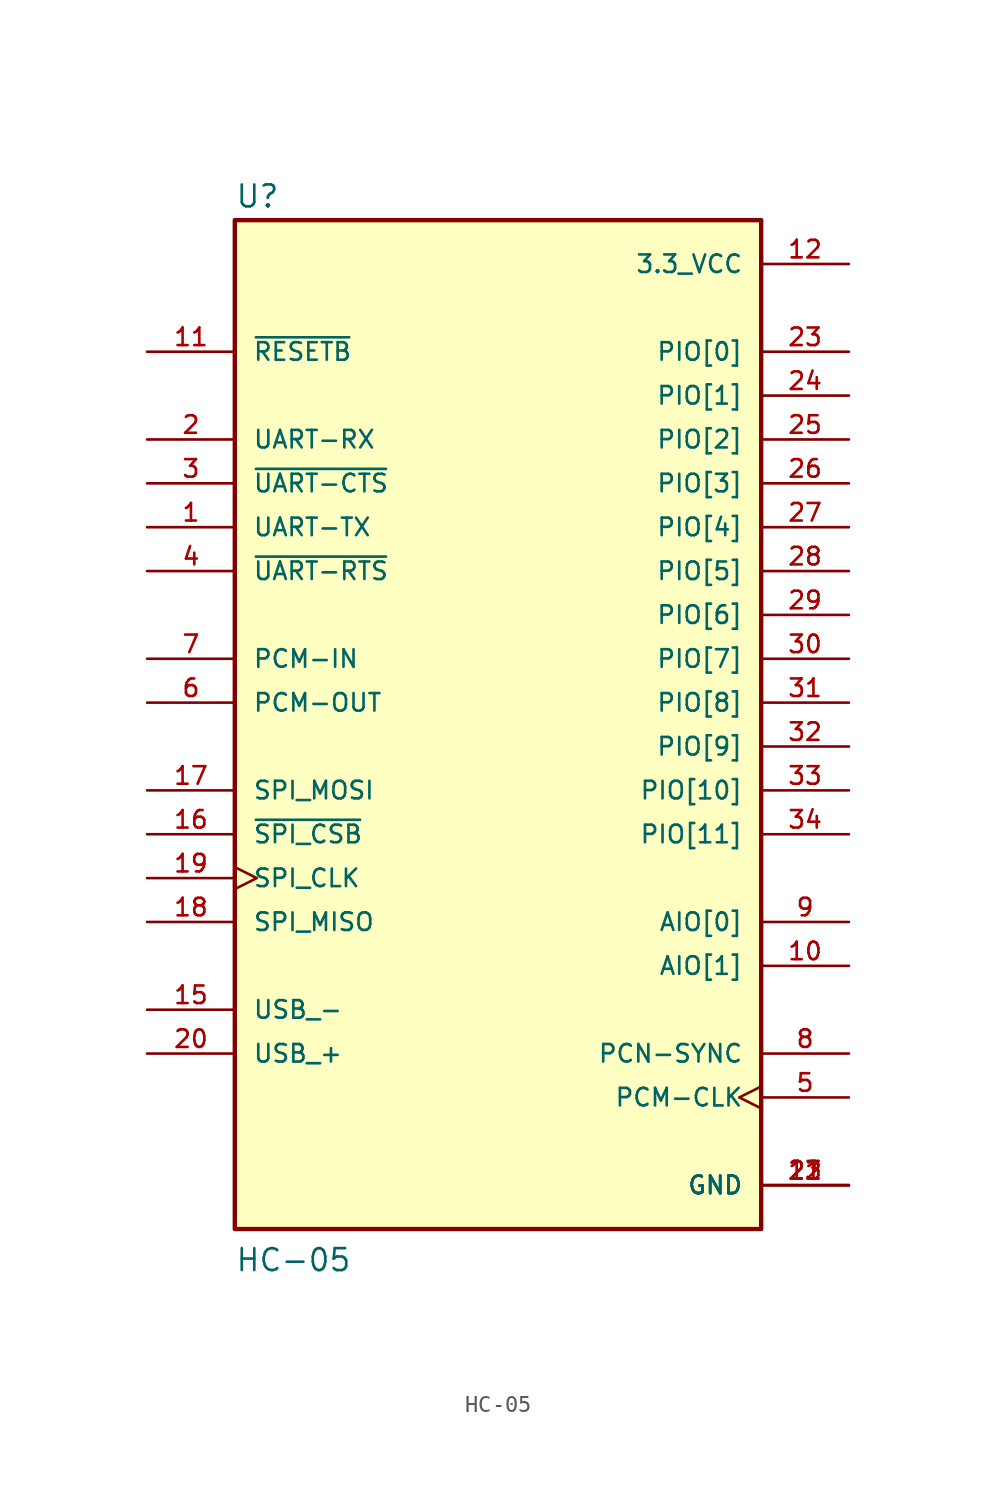
<source format=kicad_sym>
(kicad_symbol_lib
  (version 20211014)
  (generator kicad_symbol_editor)
  (symbol "HC-05"
    (pin_names
      (offset 1.016))
    (property "Reference" "U"
      (at -15.24 31.115 0)
      (effects (font (size 1.27 1.27)) (justify left bottom)))
    (property "Value" "HC-05"
      (at -15.24 -30.48 0)
      (effects (font (size 1.27 1.27)) (justify left bottom)))
    (symbol "HC-05_0_0"
      (rectangle (start -15.24 -27.94) (end 15.24 30.48) (stroke (width 0.254) (type default) (color 0 0 0 0)) (fill (type background)))
      (pin output line (at -20.32 12.7 0) (length 5.08) (name "UART-TX" (effects (font (size 1.016 1.016)))) (number "1" (effects (font (size 1.016 1.016)))))
      (pin bidirectional line (at 20.32 -12.7 180) (length 5.08) (name "AIO[1]" (effects (font (size 1.016 1.016)))) (number "10" (effects (font (size 1.016 1.016)))))
      (pin input line (at -20.32 22.86 0) (length 5.08) (name "~{RESETB}" (effects (font (size 1.016 1.016)))) (number "11" (effects (font (size 1.016 1.016)))))
      (pin power_in line (at 20.32 27.94 180) (length 5.08) (name "3.3_VCC" (effects (font (size 1.016 1.016)))) (number "12" (effects (font (size 1.016 1.016)))))
      (pin power_in line (at 20.32 -25.4 180) (length 5.08) (name "GND" (effects (font (size 1.016 1.016)))) (number "13" (effects (font (size 1.016 1.016)))))
      (pin bidirectional line (at -20.32 -15.24 0) (length 5.08) (name "USB_-" (effects (font (size 1.016 1.016)))) (number "15" (effects (font (size 1.016 1.016)))))
      (pin input line (at -20.32 -5.08 0) (length 5.08) (name "~{SPI_CSB}" (effects (font (size 1.016 1.016)))) (number "16" (effects (font (size 1.016 1.016)))))
      (pin input line (at -20.32 -2.54 0) (length 5.08) (name "SPI_MOSI" (effects (font (size 1.016 1.016)))) (number "17" (effects (font (size 1.016 1.016)))))
      (pin output line (at -20.32 -10.16 0) (length 5.08) (name "SPI_MISO" (effects (font (size 1.016 1.016)))) (number "18" (effects (font (size 1.016 1.016)))))
      (pin input clock (at -20.32 -7.62 0) (length 5.08) (name "SPI_CLK" (effects (font (size 1.016 1.016)))) (number "19" (effects (font (size 1.016 1.016)))))
      (pin input line (at -20.32 17.78 0) (length 5.08) (name "UART-RX" (effects (font (size 1.016 1.016)))) (number "2" (effects (font (size 1.016 1.016)))))
      (pin bidirectional line (at -20.32 -17.78 0) (length 5.08) (name "USB_+" (effects (font (size 1.016 1.016)))) (number "20" (effects (font (size 1.016 1.016)))))
      (pin power_in line (at 20.32 -25.4 180) (length 5.08) (name "GND" (effects (font (size 1.016 1.016)))) (number "21" (effects (font (size 1.016 1.016)))))
      (pin power_in line (at 20.32 -25.4 180) (length 5.08) (name "GND" (effects (font (size 1.016 1.016)))) (number "22" (effects (font (size 1.016 1.016)))))
      (pin bidirectional line (at 20.32 22.86 180) (length 5.08) (name "PIO[0]" (effects (font (size 1.016 1.016)))) (number "23" (effects (font (size 1.016 1.016)))))
      (pin bidirectional line (at 20.32 20.32 180) (length 5.08) (name "PIO[1]" (effects (font (size 1.016 1.016)))) (number "24" (effects (font (size 1.016 1.016)))))
      (pin bidirectional line (at 20.32 17.78 180) (length 5.08) (name "PIO[2]" (effects (font (size 1.016 1.016)))) (number "25" (effects (font (size 1.016 1.016)))))
      (pin bidirectional line (at 20.32 15.24 180) (length 5.08) (name "PIO[3]" (effects (font (size 1.016 1.016)))) (number "26" (effects (font (size 1.016 1.016)))))
      (pin bidirectional line (at 20.32 12.7 180) (length 5.08) (name "PIO[4]" (effects (font (size 1.016 1.016)))) (number "27" (effects (font (size 1.016 1.016)))))
      (pin bidirectional line (at 20.32 10.16 180) (length 5.08) (name "PIO[5]" (effects (font (size 1.016 1.016)))) (number "28" (effects (font (size 1.016 1.016)))))
      (pin bidirectional line (at 20.32 7.62 180) (length 5.08) (name "PIO[6]" (effects (font (size 1.016 1.016)))) (number "29" (effects (font (size 1.016 1.016)))))
      (pin input line (at -20.32 15.24 0) (length 5.08) (name "~{UART-CTS}" (effects (font (size 1.016 1.016)))) (number "3" (effects (font (size 1.016 1.016)))))
      (pin bidirectional line (at 20.32 5.08 180) (length 5.08) (name "PIO[7]" (effects (font (size 1.016 1.016)))) (number "30" (effects (font (size 1.016 1.016)))))
      (pin bidirectional line (at 20.32 2.54 180) (length 5.08) (name "PIO[8]" (effects (font (size 1.016 1.016)))) (number "31" (effects (font (size 1.016 1.016)))))
      (pin bidirectional line (at 20.32 0 180) (length 5.08) (name "PIO[9]" (effects (font (size 1.016 1.016)))) (number "32" (effects (font (size 1.016 1.016)))))
      (pin bidirectional line (at 20.32 -2.54 180) (length 5.08) (name "PIO[10]" (effects (font (size 1.016 1.016)))) (number "33" (effects (font (size 1.016 1.016)))))
      (pin bidirectional line (at 20.32 -5.08 180) (length 5.08) (name "PIO[11]" (effects (font (size 1.016 1.016)))) (number "34" (effects (font (size 1.016 1.016)))))
      (pin output line (at -20.32 10.16 0) (length 5.08) (name "~{UART-RTS}" (effects (font (size 1.016 1.016)))) (number "4" (effects (font (size 1.016 1.016)))))
      (pin bidirectional clock (at 20.32 -20.32 180) (length 5.08) (name "PCM-CLK" (effects (font (size 1.016 1.016)))) (number "5" (effects (font (size 1.016 1.016)))))
      (pin output line (at -20.32 2.54 0) (length 5.08) (name "PCM-OUT" (effects (font (size 1.016 1.016)))) (number "6" (effects (font (size 1.016 1.016)))))
      (pin input line (at -20.32 5.08 0) (length 5.08) (name "PCM-IN" (effects (font (size 1.016 1.016)))) (number "7" (effects (font (size 1.016 1.016)))))
      (pin bidirectional line (at 20.32 -17.78 180) (length 5.08) (name "PCN-SYNC" (effects (font (size 1.016 1.016)))) (number "8" (effects (font (size 1.016 1.016)))))
      (pin bidirectional line (at 20.32 -10.16 180) (length 5.08) (name "AIO[0]" (effects (font (size 1.016 1.016)))) (number "9" (effects (font (size 1.016 1.016))))))))
</source>
